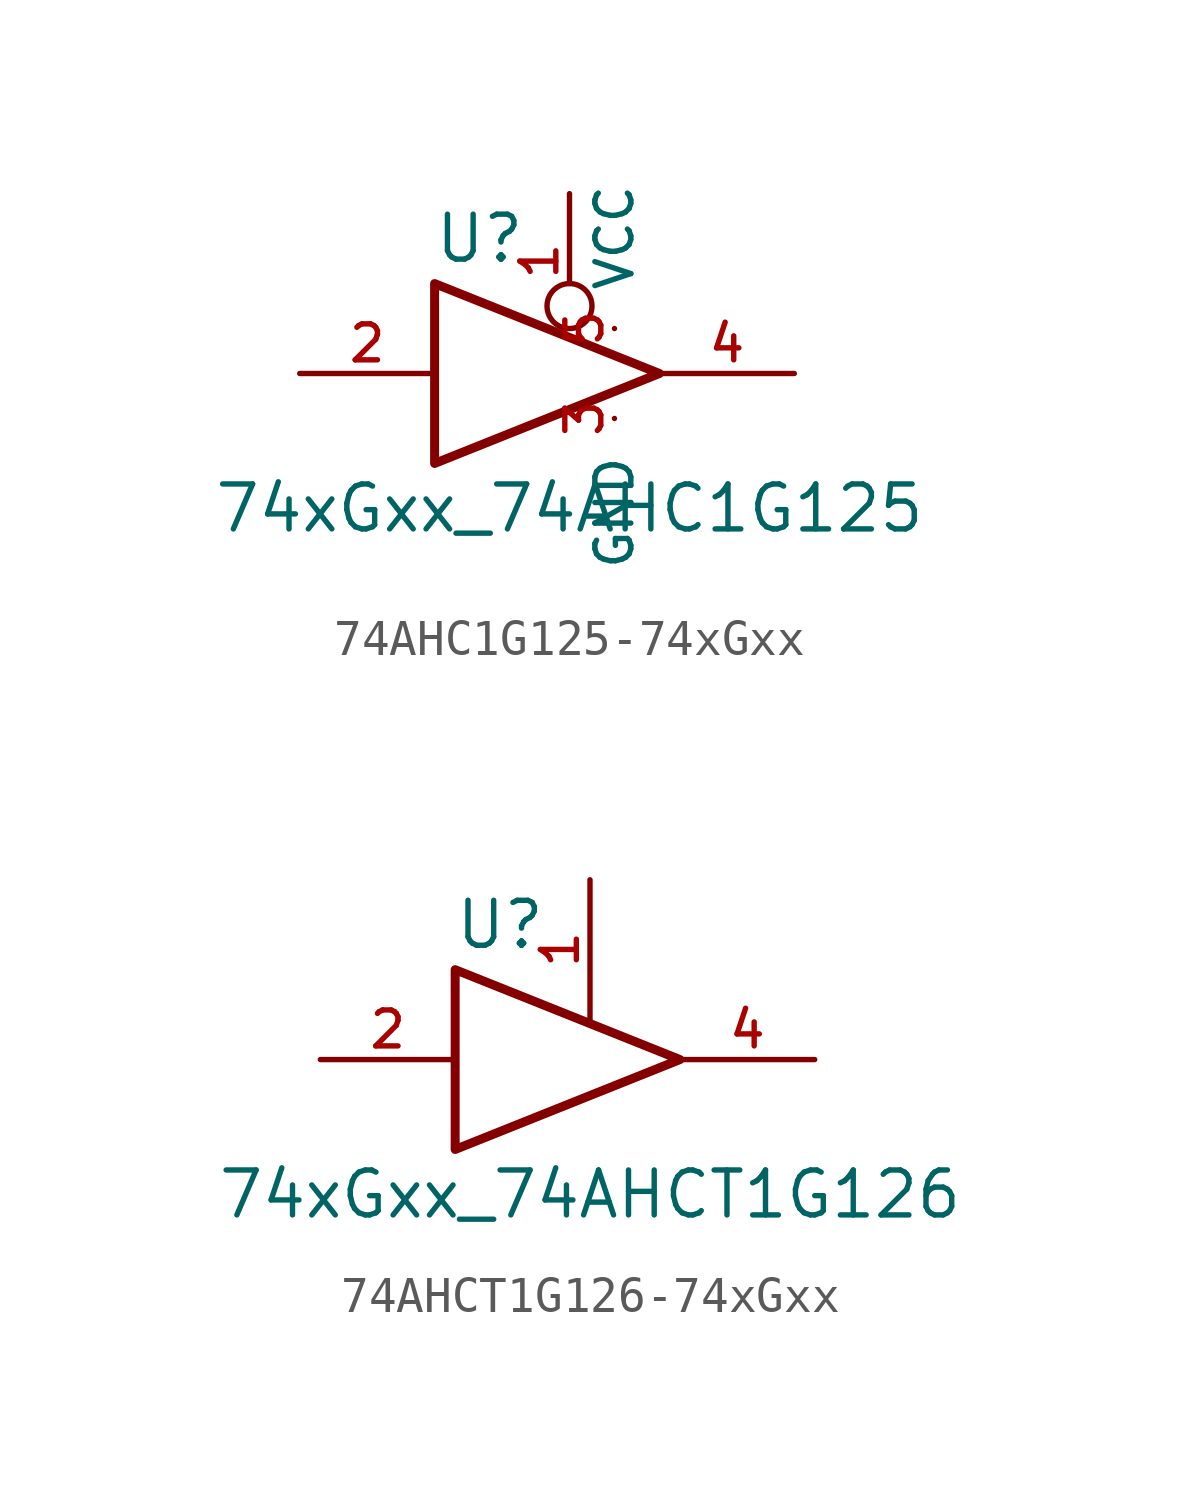
<source format=kicad_sym>
(kicad_symbol_lib
  (version 20220914)
  (generator kicad_symbol_editor)
  (symbol "74AHC1G125-74xGxx"
    (pin_names
      (offset 1.016))
    (property "Reference" "U"
      (at -2.54 3.81 0)
      (effects (font (size 1.27 1.27))))
    (property "Value" "74xGxx_74AHC1G125"
      (at 0 -3.81 0)
      (effects (font (size 1.27 1.27))))
    (symbol "74AHC1G125-74xGxx_0_1"
      (polyline (pts (xy -3.81 2.54) (xy -3.81 -2.54) (xy 2.54 0) (xy -3.81 2.54)) (stroke (width 0.254) (type solid)) (fill (type none))))
    (symbol "74AHC1G125-74xGxx_1_1"
      (pin input inverted (at 0 5.08 270) (length 3.81) (name "~" (effects (font (size 1.016 1.016)))) (number "1" (effects (font (size 1.016 1.016)))))
      (pin input line (at -7.62 0 0) (length 3.81) (name "~" (effects (font (size 1.016 1.016)))) (number "2" (effects (font (size 1.016 1.016)))))
      (pin power_in line (at 1.27 -1.27 270) (length 0) (name "GND" (effects (font (size 1.016 1.016)))) (number "3" (effects (font (size 1.016 1.016)))))
      (pin tri_state line (at 6.35 0 180) (length 3.81) (name "~" (effects (font (size 1.016 1.016)))) (number "4" (effects (font (size 1.016 1.016)))))
      (pin power_in line (at 1.27 1.27 90) (length 0) (name "VCC" (effects (font (size 1.016 1.016)))) (number "5" (effects (font (size 1.016 1.016)))))))
  (symbol "74AHCT1G126-74xGxx"
    (pin_names
      (offset 1.016))
    (property "Reference" "U"
      (at -2.54 3.81 0)
      (effects (font (size 1.27 1.27))))
    (property "Value" "74xGxx_74AHCT1G126"
      (at 0 -3.81 0)
      (effects (font (size 1.27 1.27))))
    (symbol "74AHCT1G126-74xGxx_0_1"
      (polyline (pts (xy -3.81 2.54) (xy -3.81 -2.54) (xy 2.54 0) (xy -3.81 2.54)) (stroke (width 0.254) (type solid)) (fill (type none))))
    (symbol "74AHCT1G126-74xGxx_1_1"
      (pin input line (at 0 5.08 270) (length 3.937) (name "~" (effects (font (size 1.016 1.016)))) (number "1" (effects (font (size 1.016 1.016)))))
      (pin input line (at -7.62 0 0) (length 3.81) (name "~" (effects (font (size 1.016 1.016)))) (number "2" (effects (font (size 1.016 1.016)))))
      (pin power_in line (at 1.27 -1.27 270) (length 0) hide (name "GND" (effects (font (size 1.016 1.016)))) (number "3" (effects (font (size 1.016 1.016)))))
      (pin tri_state line (at 6.35 0 180) (length 3.81) (name "~" (effects (font (size 1.016 1.016)))) (number "4" (effects (font (size 1.016 1.016)))))
      (pin power_in line (at 1.27 1.27 90) (length 0) hide (name "VCC" (effects (font (size 1.016 1.016)))) (number "5" (effects (font (size 1.016 1.016))))))))
</source>
